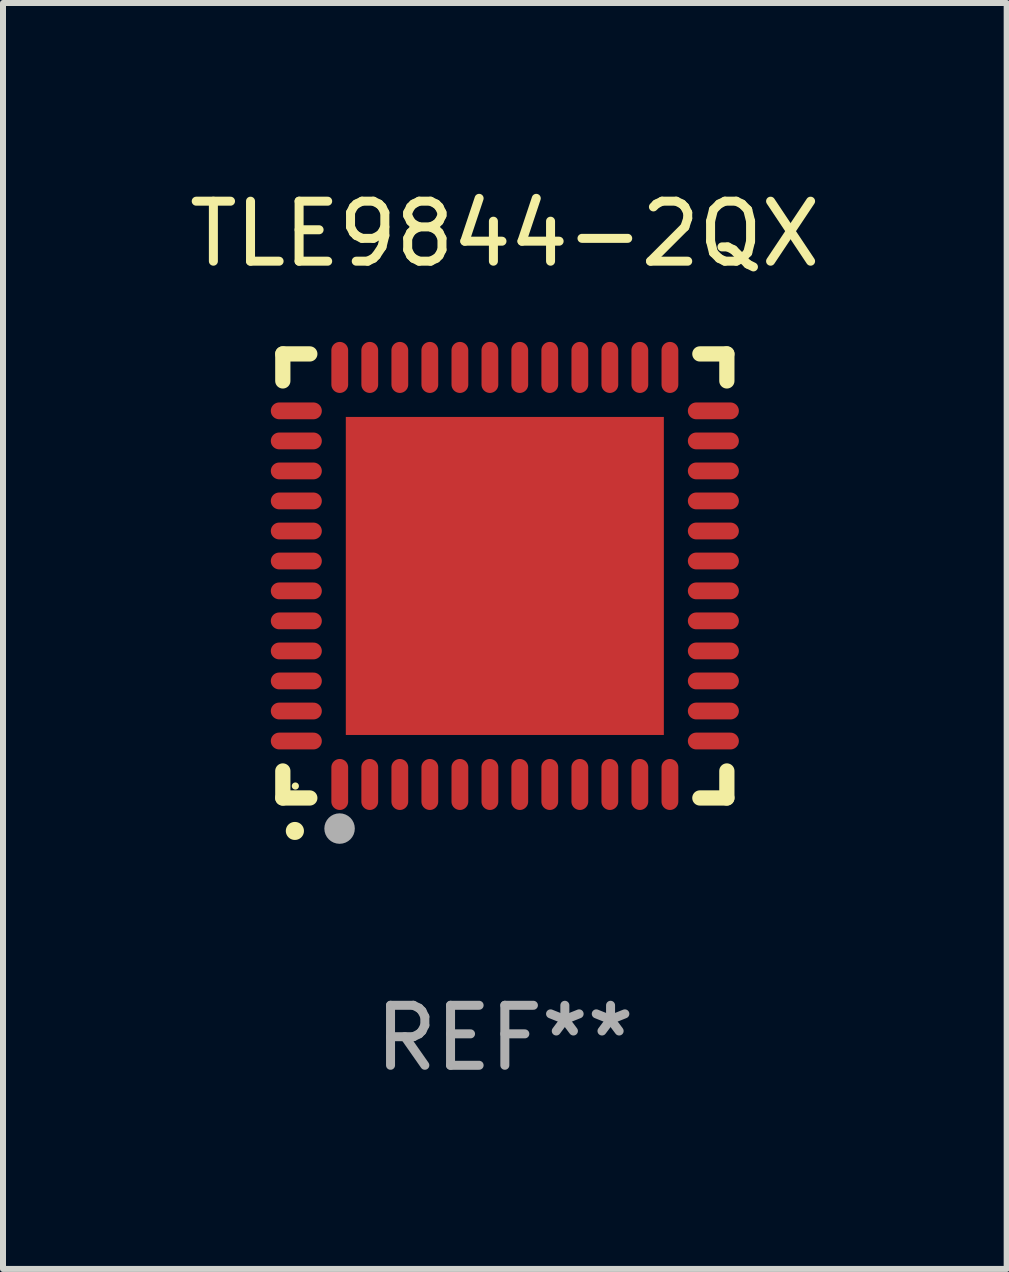
<source format=kicad_pcb>
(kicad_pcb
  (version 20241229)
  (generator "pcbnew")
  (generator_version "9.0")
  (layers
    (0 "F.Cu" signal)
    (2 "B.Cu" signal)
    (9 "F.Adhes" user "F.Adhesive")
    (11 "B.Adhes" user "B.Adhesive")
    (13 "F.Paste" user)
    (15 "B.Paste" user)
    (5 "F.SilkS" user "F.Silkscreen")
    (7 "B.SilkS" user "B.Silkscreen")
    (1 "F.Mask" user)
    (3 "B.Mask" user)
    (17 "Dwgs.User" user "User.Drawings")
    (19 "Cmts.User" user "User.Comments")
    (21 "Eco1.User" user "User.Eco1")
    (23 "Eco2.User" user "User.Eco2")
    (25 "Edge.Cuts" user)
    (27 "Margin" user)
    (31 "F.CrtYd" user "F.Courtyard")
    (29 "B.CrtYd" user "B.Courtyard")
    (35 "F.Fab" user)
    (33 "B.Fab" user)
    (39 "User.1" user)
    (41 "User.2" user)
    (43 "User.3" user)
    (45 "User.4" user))
  (footprint "TLE9844-2QX"
    (layer "F.Cu")
    (at 5.363 6.548)
    (property "Reference" "TLE9844-2QX" (at 0 -5.7 0) (layer "F.SilkS") (effects (font (size 1 1) (thickness 0.15))))
    (attr through_hole)
    (fp_line (start -3.7 -3.7) (end -3.25 -3.7) (stroke (width 0.254) (type solid)) (layer "F.SilkS"))
    (fp_line (start -3.7 -3.25) (end -3.7 -3.7) (stroke (width 0.254) (type solid)) (layer "F.SilkS"))
    (fp_line (start -3.7 3.7) (end -3.7 3.25) (stroke (width 0.254) (type solid)) (layer "F.SilkS"))
    (fp_line (start -3.25 3.7) (end -3.7 3.7) (stroke (width 0.254) (type solid)) (layer "F.SilkS"))
    (fp_line (start 3.25 3.7) (end 3.7 3.7) (stroke (width 0.254) (type solid)) (layer "F.SilkS"))
    (fp_line (start 3.7 -3.7) (end 3.25 -3.7) (stroke (width 0.254) (type solid)) (layer "F.SilkS"))
    (fp_line (start 3.7 -3.25) (end 3.7 -3.7) (stroke (width 0.254) (type solid)) (layer "F.SilkS"))
    (fp_line (start 3.7 3.7) (end 3.7 3.25) (stroke (width 0.254) (type solid)) (layer "F.SilkS"))
    (fp_arc (start -3.500127 4.249428) (mid -3.498857 4.249423) (end -3.497587 4.249428) (stroke (width 0.3) (type solid)) (layer "F.SilkS"))
    (fp_circle (center -3.491 3.501) (end -3.461 3.501) (stroke (width 0.06) (type solid)) (fill no) (layer "F.SilkS"))
    (fp_circle (center -2.754 4.21) (end -2.627 4.21) (stroke (width 0.254) (type solid)) (fill no) (layer "F.Fab"))
    (fp_text user "REF**" (at 0 7.7 0) (layer "F.Fab") (effects (font (size 1 1) (thickness 0.15))))
    (pad "1" smd oval (at -2.751 3.475) (size 0.28 0.85) (layers "F.Cu" "F.Mask" "F.Paste"))
    (pad "2" smd oval (at -2.251 3.475) (size 0.28 0.85) (layers "F.Cu" "F.Mask" "F.Paste"))
    (pad "3" smd oval (at -1.75 3.475) (size 0.28 0.85) (layers "F.Cu" "F.Mask" "F.Paste"))
    (pad "4" smd oval (at -1.25 3.475) (size 0.28 0.85) (layers "F.Cu" "F.Mask" "F.Paste"))
    (pad "5" smd oval (at -0.749 3.475) (size 0.28 0.85) (layers "F.Cu" "F.Mask" "F.Paste"))
    (pad "6" smd oval (at -0.249 3.475) (size 0.28 0.85) (layers "F.Cu" "F.Mask" "F.Paste"))
    (pad "7" smd oval (at 0.249 3.475) (size 0.28 0.85) (layers "F.Cu" "F.Mask" "F.Paste"))
    (pad "8" smd oval (at 0.749 3.475) (size 0.28 0.85) (layers "F.Cu" "F.Mask" "F.Paste"))
    (pad "9" smd oval (at 1.25 3.475) (size 0.28 0.85) (layers "F.Cu" "F.Mask" "F.Paste"))
    (pad "10" smd oval (at 1.75 3.475) (size 0.28 0.85) (layers "F.Cu" "F.Mask" "F.Paste"))
    (pad "11" smd oval (at 2.25 3.475) (size 0.28 0.85) (layers "F.Cu" "F.Mask" "F.Paste"))
    (pad "12" smd oval (at 2.751 3.475) (size 0.28 0.85) (layers "F.Cu" "F.Mask" "F.Paste"))
    (pad "13" smd oval (at 3.475 2.751) (size 0.85 0.28) (layers "F.Cu" "F.Mask" "F.Paste"))
    (pad "14" smd oval (at 3.475 2.251) (size 0.85 0.28) (layers "F.Cu" "F.Mask" "F.Paste"))
    (pad "15" smd oval (at 3.475 1.75) (size 0.85 0.28) (layers "F.Cu" "F.Mask" "F.Paste"))
    (pad "16" smd oval (at 3.475 1.25) (size 0.85 0.28) (layers "F.Cu" "F.Mask" "F.Paste"))
    (pad "17" smd oval (at 3.475 0.749) (size 0.85 0.28) (layers "F.Cu" "F.Mask" "F.Paste"))
    (pad "18" smd oval (at 3.475 0.249) (size 0.85 0.28) (layers "F.Cu" "F.Mask" "F.Paste"))
    (pad "19" smd oval (at 3.475 -0.249) (size 0.85 0.28) (layers "F.Cu" "F.Mask" "F.Paste"))
    (pad "20" smd oval (at 3.475 -0.749) (size 0.85 0.28) (layers "F.Cu" "F.Mask" "F.Paste"))
    (pad "21" smd oval (at 3.475 -1.25) (size 0.85 0.28) (layers "F.Cu" "F.Mask" "F.Paste"))
    (pad "22" smd oval (at 3.475 -1.75) (size 0.85 0.28) (layers "F.Cu" "F.Mask" "F.Paste"))
    (pad "23" smd oval (at 3.475 -2.25) (size 0.85 0.28) (layers "F.Cu" "F.Mask" "F.Paste"))
    (pad "24" smd oval (at 3.475 -2.751) (size 0.85 0.28) (layers "F.Cu" "F.Mask" "F.Paste"))
    (pad "25" smd oval (at 2.751 -3.475) (size 0.28 0.85) (layers "F.Cu" "F.Mask" "F.Paste"))
    (pad "26" smd oval (at 2.25 -3.475) (size 0.28 0.85) (layers "F.Cu" "F.Mask" "F.Paste"))
    (pad "27" smd oval (at 1.75 -3.475) (size 0.28 0.85) (layers "F.Cu" "F.Mask" "F.Paste"))
    (pad "28" smd oval (at 1.25 -3.475) (size 0.28 0.85) (layers "F.Cu" "F.Mask" "F.Paste"))
    (pad "29" smd oval (at 0.749 -3.475) (size 0.28 0.85) (layers "F.Cu" "F.Mask" "F.Paste"))
    (pad "30" smd oval (at 0.249 -3.475) (size 0.28 0.85) (layers "F.Cu" "F.Mask" "F.Paste"))
    (pad "31" smd oval (at -0.249 -3.475) (size 0.28 0.85) (layers "F.Cu" "F.Mask" "F.Paste"))
    (pad "32" smd oval (at -0.749 -3.475) (size 0.28 0.85) (layers "F.Cu" "F.Mask" "F.Paste"))
    (pad "33" smd oval (at -1.25 -3.475) (size 0.28 0.85) (layers "F.Cu" "F.Mask" "F.Paste"))
    (pad "34" smd oval (at -1.75 -3.475) (size 0.28 0.85) (layers "F.Cu" "F.Mask" "F.Paste"))
    (pad "35" smd oval (at -2.251 -3.475) (size 0.28 0.85) (layers "F.Cu" "F.Mask" "F.Paste"))
    (pad "36" smd oval (at -2.751 -3.475) (size 0.28 0.85) (layers "F.Cu" "F.Mask" "F.Paste"))
    (pad "37" smd oval (at -3.475 -2.751) (size 0.85 0.28) (layers "F.Cu" "F.Mask" "F.Paste"))
    (pad "38" smd oval (at -3.475 -2.25) (size 0.85 0.28) (layers "F.Cu" "F.Mask" "F.Paste"))
    (pad "39" smd oval (at -3.475 -1.75) (size 0.85 0.28) (layers "F.Cu" "F.Mask" "F.Paste"))
    (pad "40" smd oval (at -3.475 -1.25) (size 0.85 0.28) (layers "F.Cu" "F.Mask" "F.Paste"))
    (pad "41" smd oval (at -3.475 -0.749) (size 0.85 0.28) (layers "F.Cu" "F.Mask" "F.Paste"))
    (pad "42" smd oval (at -3.475 -0.249) (size 0.85 0.28) (layers "F.Cu" "F.Mask" "F.Paste"))
    (pad "43" smd oval (at -3.475 0.249) (size 0.85 0.28) (layers "F.Cu" "F.Mask" "F.Paste"))
    (pad "44" smd oval (at -3.475 0.749) (size 0.85 0.28) (layers "F.Cu" "F.Mask" "F.Paste"))
    (pad "45" smd oval (at -3.475 1.25) (size 0.85 0.28) (layers "F.Cu" "F.Mask" "F.Paste"))
    (pad "46" smd oval (at -3.475 1.75) (size 0.85 0.28) (layers "F.Cu" "F.Mask" "F.Paste"))
    (pad "47" smd oval (at -3.475 2.251) (size 0.85 0.28) (layers "F.Cu" "F.Mask" "F.Paste"))
    (pad "48" smd oval (at -3.475 2.751) (size 0.85 0.28) (layers "F.Cu" "F.Mask" "F.Paste"))
    (pad "49" smd rect (at -0.000102 0.000102) (size 5.3 5.3) (layers "F.Cu" "F.Mask" "F.Paste")))
  (gr_rect
    (start -3 -3)
    (end 13.726 18.097)
    (stroke (width 0.1) (type default))
    (fill no)
    (layer "Edge.Cuts")))
</source>
